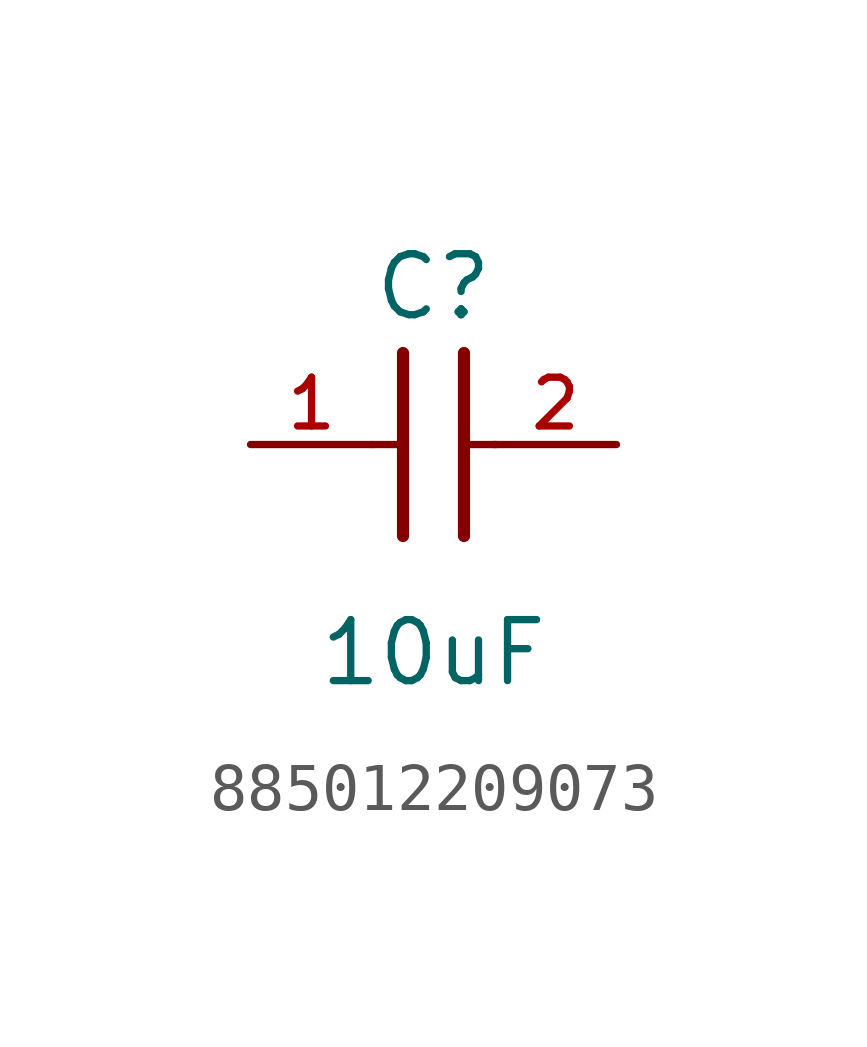
<source format=kicad_sym>
(kicad_symbol_lib
  (version 20231120)
  (generator "kicad_symbol_editor")
  (generator_version "8.0")
  (symbol "885012209073"
    (pin_names
      (offset 1.016))
    (property "Reference" "C"
      (at 1.27 2.54 0)
      (effects (font (size 1.27 1.27)) (justify bottom)))
    (property "Value" "10uF"
      (at 1.27 -5.08 0)
      (effects (font (size 1.27 1.27)) (justify bottom)))
    (symbol "885012209073_0_0"
      (polyline (pts (xy 0 0) (xy 0.643 0)) (stroke (width 0.152) (type default)) (fill (type none)))
      (polyline (pts (xy 0.635 -1.905) (xy 0.635 1.905)) (stroke (width 0.254) (type default)) (fill (type none)))
      (polyline (pts (xy 1.905 1.905) (xy 1.905 -1.905)) (stroke (width 0.254) (type default)) (fill (type none)))
      (polyline (pts (xy 1.928 0) (xy 2.571 0)) (stroke (width 0.152) (type default)) (fill (type none)))
      (pin passive line (at -2.54 0 0) (length 2.54) (name "~" (effects (font (size 1.016 1.016)))) (number "1" (effects (font (size 1.016 1.016)))))
      (pin passive line (at 5.08 0 180) (length 2.54) (name "~" (effects (font (size 1.016 1.016)))) (number "2" (effects (font (size 1.016 1.016))))))))
</source>
